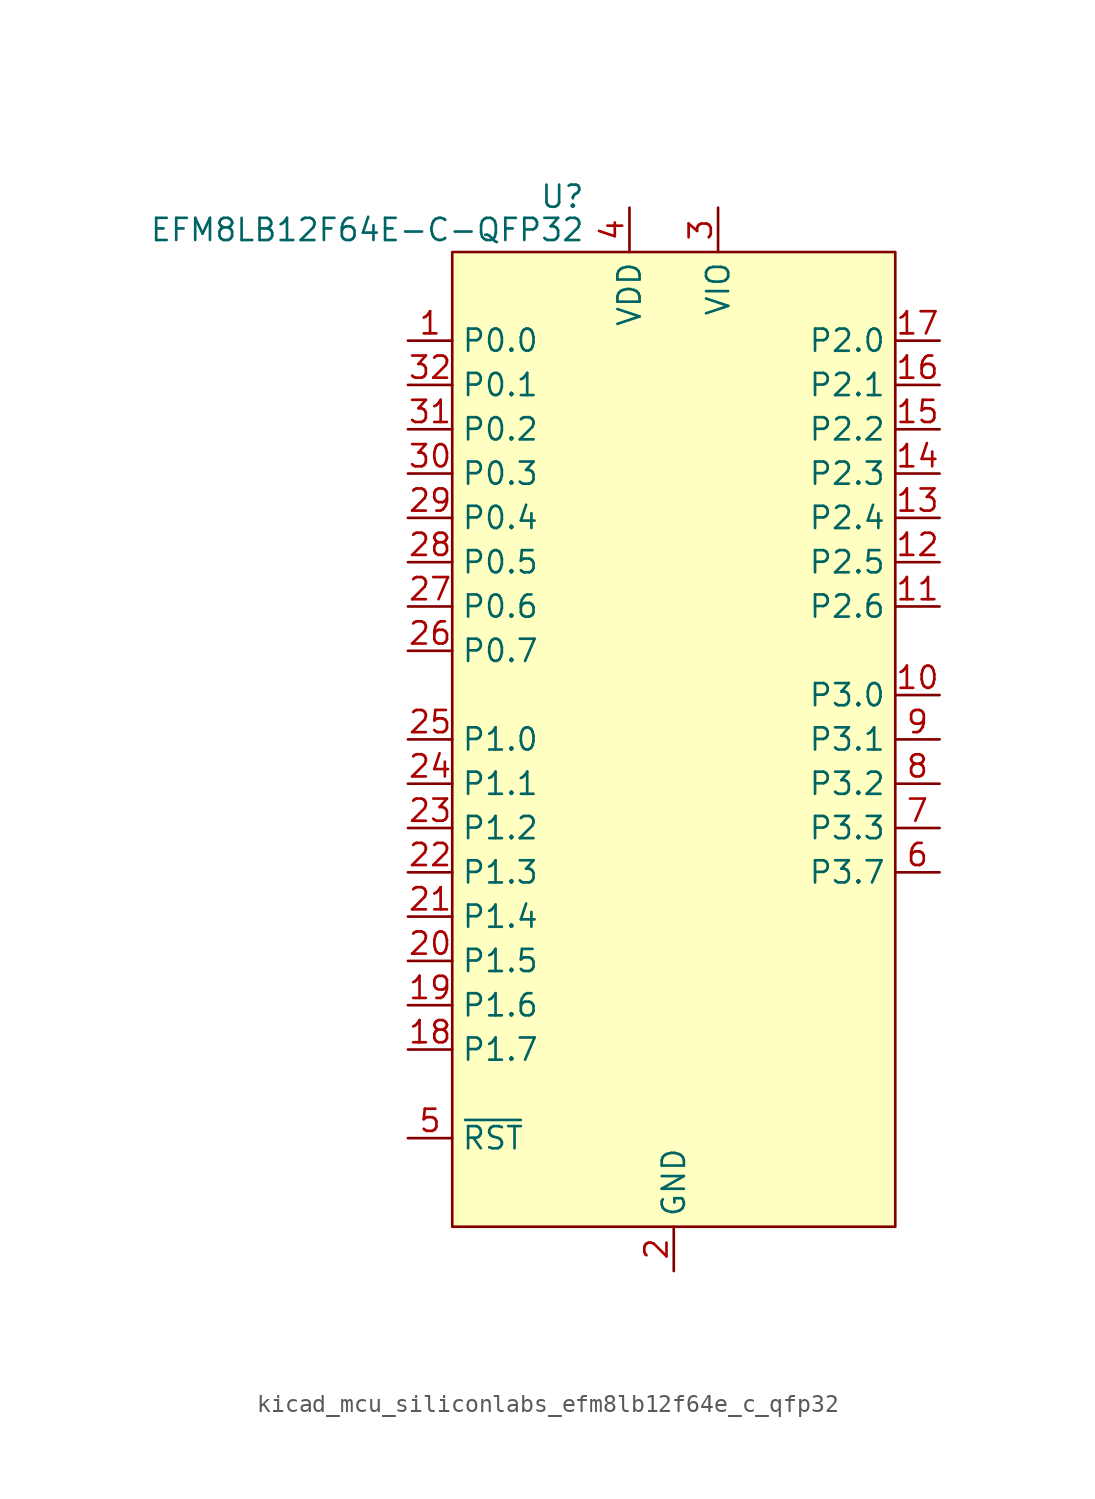
<source format=kicad_sym>
(kicad_symbol_lib
  (version 20220914)
  (generator kicad_symbol_editor)
  (symbol "kicad_mcu_siliconlabs_efm8lb12f64e_c_qfp32"
    (property "Reference" "U"
      (at -5.08 31.115 0)
      (effects (font (size 1.27 1.27)) (justify right)))
    (property "Value" "EFM8LB12F64E-C-QFP32"
      (at -5.08 29.21 0)
      (effects (font (size 1.27 1.27)) (justify right)))
    (symbol "kicad_mcu_siliconlabs_efm8lb12f64e_c_qfp32_0_0"
      (pin bidirectional line (at -15.24 22.86 0) (length 2.54) (name "P0.0" (effects (font (size 1.27 1.27)))) (number "1" (effects (font (size 1.27 1.27)))))
      (pin bidirectional line (at 15.24 2.54 180) (length 2.54) (name "P3.0" (effects (font (size 1.27 1.27)))) (number "10" (effects (font (size 1.27 1.27)))))
      (pin bidirectional line (at 15.24 7.62 180) (length 2.54) (name "P2.6" (effects (font (size 1.27 1.27)))) (number "11" (effects (font (size 1.27 1.27)))))
      (pin bidirectional line (at 15.24 10.16 180) (length 2.54) (name "P2.5" (effects (font (size 1.27 1.27)))) (number "12" (effects (font (size 1.27 1.27)))))
      (pin bidirectional line (at 15.24 12.7 180) (length 2.54) (name "P2.4" (effects (font (size 1.27 1.27)))) (number "13" (effects (font (size 1.27 1.27)))))
      (pin bidirectional line (at 15.24 15.24 180) (length 2.54) (name "P2.3" (effects (font (size 1.27 1.27)))) (number "14" (effects (font (size 1.27 1.27)))))
      (pin bidirectional line (at 15.24 17.78 180) (length 2.54) (name "P2.2" (effects (font (size 1.27 1.27)))) (number "15" (effects (font (size 1.27 1.27)))))
      (pin bidirectional line (at 15.24 20.32 180) (length 2.54) (name "P2.1" (effects (font (size 1.27 1.27)))) (number "16" (effects (font (size 1.27 1.27)))))
      (pin bidirectional line (at 15.24 22.86 180) (length 2.54) (name "P2.0" (effects (font (size 1.27 1.27)))) (number "17" (effects (font (size 1.27 1.27)))))
      (pin bidirectional line (at -15.24 -17.78 0) (length 2.54) (name "P1.7" (effects (font (size 1.27 1.27)))) (number "18" (effects (font (size 1.27 1.27)))))
      (pin bidirectional line (at -15.24 -15.24 0) (length 2.54) (name "P1.6" (effects (font (size 1.27 1.27)))) (number "19" (effects (font (size 1.27 1.27)))))
      (pin power_in line (at 0 -30.48 90) (length 2.54) (name "GND" (effects (font (size 1.27 1.27)))) (number "2" (effects (font (size 1.27 1.27)))))
      (pin bidirectional line (at -15.24 -12.7 0) (length 2.54) (name "P1.5" (effects (font (size 1.27 1.27)))) (number "20" (effects (font (size 1.27 1.27)))))
      (pin bidirectional line (at -15.24 -10.16 0) (length 2.54) (name "P1.4" (effects (font (size 1.27 1.27)))) (number "21" (effects (font (size 1.27 1.27)))))
      (pin bidirectional line (at -15.24 -7.62 0) (length 2.54) (name "P1.3" (effects (font (size 1.27 1.27)))) (number "22" (effects (font (size 1.27 1.27)))))
      (pin bidirectional line (at -15.24 -5.08 0) (length 2.54) (name "P1.2" (effects (font (size 1.27 1.27)))) (number "23" (effects (font (size 1.27 1.27)))))
      (pin bidirectional line (at -15.24 -2.54 0) (length 2.54) (name "P1.1" (effects (font (size 1.27 1.27)))) (number "24" (effects (font (size 1.27 1.27)))))
      (pin bidirectional line (at -15.24 0 0) (length 2.54) (name "P1.0" (effects (font (size 1.27 1.27)))) (number "25" (effects (font (size 1.27 1.27)))))
      (pin bidirectional line (at -15.24 5.08 0) (length 2.54) (name "P0.7" (effects (font (size 1.27 1.27)))) (number "26" (effects (font (size 1.27 1.27)))))
      (pin bidirectional line (at -15.24 7.62 0) (length 2.54) (name "P0.6" (effects (font (size 1.27 1.27)))) (number "27" (effects (font (size 1.27 1.27)))))
      (pin bidirectional line (at -15.24 10.16 0) (length 2.54) (name "P0.5" (effects (font (size 1.27 1.27)))) (number "28" (effects (font (size 1.27 1.27)))))
      (pin bidirectional line (at -15.24 12.7 0) (length 2.54) (name "P0.4" (effects (font (size 1.27 1.27)))) (number "29" (effects (font (size 1.27 1.27)))))
      (pin power_in line (at 2.54 30.48 270) (length 2.54) (name "VIO" (effects (font (size 1.27 1.27)))) (number "3" (effects (font (size 1.27 1.27)))))
      (pin bidirectional line (at -15.24 15.24 0) (length 2.54) (name "P0.3" (effects (font (size 1.27 1.27)))) (number "30" (effects (font (size 1.27 1.27)))))
      (pin bidirectional line (at -15.24 17.78 0) (length 2.54) (name "P0.2" (effects (font (size 1.27 1.27)))) (number "31" (effects (font (size 1.27 1.27)))))
      (pin bidirectional line (at -15.24 20.32 0) (length 2.54) (name "P0.1" (effects (font (size 1.27 1.27)))) (number "32" (effects (font (size 1.27 1.27)))))
      (pin power_in line (at -2.54 30.48 270) (length 2.54) (name "VDD" (effects (font (size 1.27 1.27)))) (number "4" (effects (font (size 1.27 1.27)))))
      (pin input line (at -15.24 -22.86 0) (length 2.54) (name "~{RST}" (effects (font (size 1.27 1.27)))) (number "5" (effects (font (size 1.27 1.27)))) (alternate "C2CK" input line))
      (pin bidirectional line (at 15.24 -7.62 180) (length 2.54) (name "P3.7" (effects (font (size 1.27 1.27)))) (number "6" (effects (font (size 1.27 1.27)))) (alternate "C2D" bidirectional line))
      (pin bidirectional line (at 15.24 -5.08 180) (length 2.54) (name "P3.3" (effects (font (size 1.27 1.27)))) (number "7" (effects (font (size 1.27 1.27)))))
      (pin bidirectional line (at 15.24 -2.54 180) (length 2.54) (name "P3.2" (effects (font (size 1.27 1.27)))) (number "8" (effects (font (size 1.27 1.27)))))
      (pin bidirectional line (at 15.24 0 180) (length 2.54) (name "P3.1" (effects (font (size 1.27 1.27)))) (number "9" (effects (font (size 1.27 1.27))))))
    (symbol "kicad_mcu_siliconlabs_efm8lb12f64e_c_qfp32_0_1"
      (rectangle (start -12.7 27.94) (end 12.7 -27.94) (stroke (width 0.152) (type default)) (fill (type background))))))
</source>
